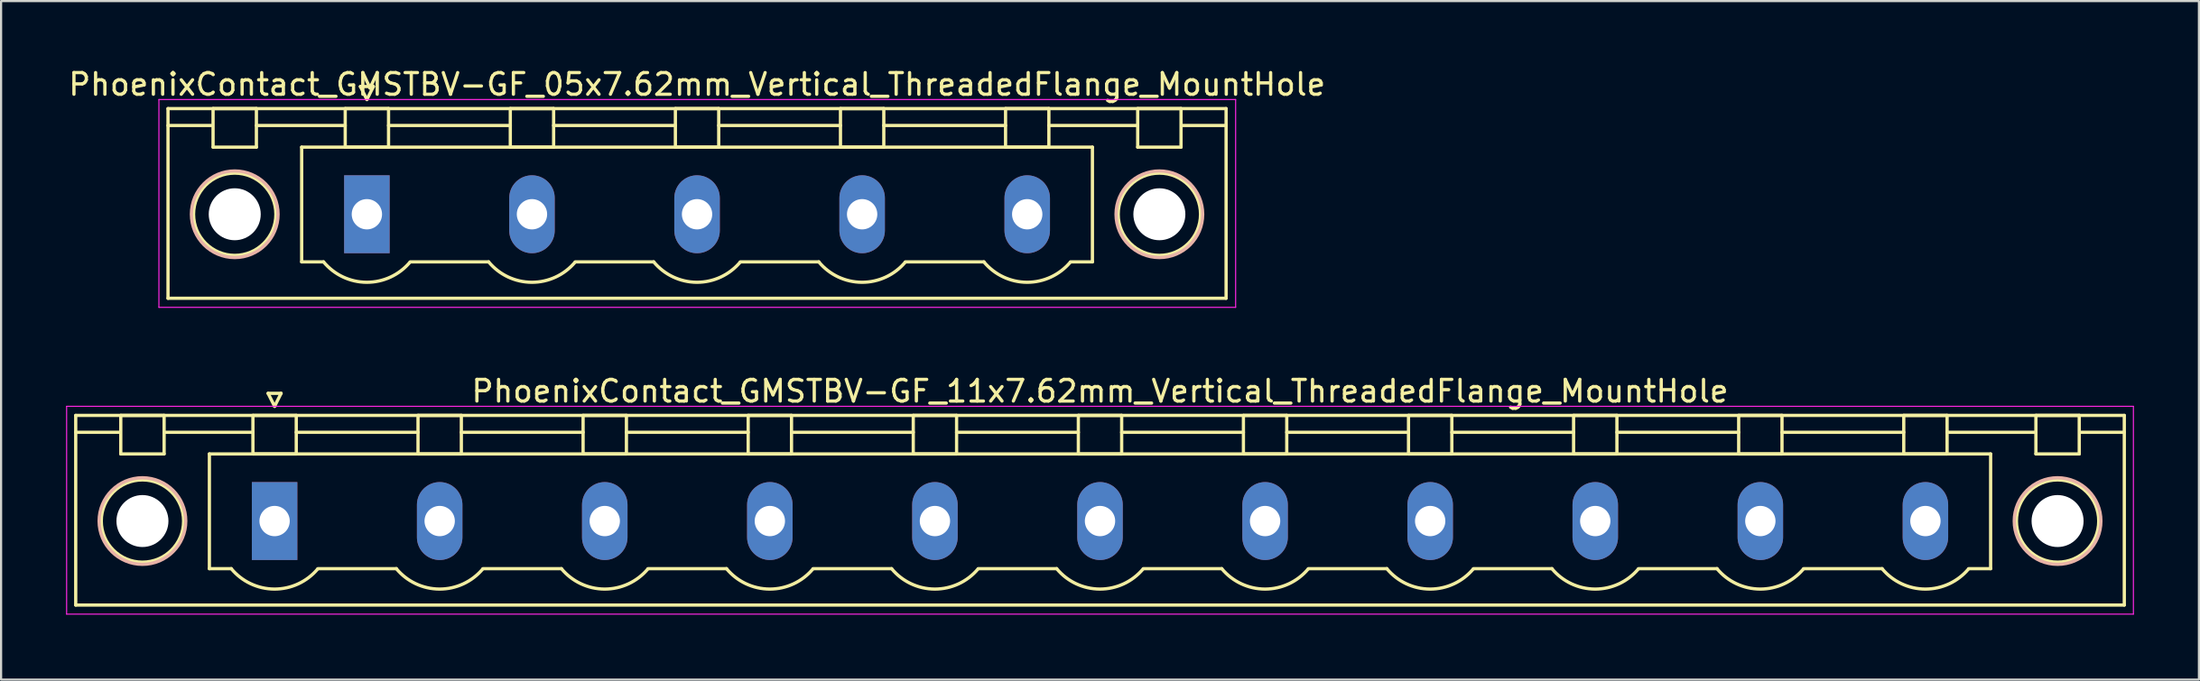
<source format=kicad_pcb>
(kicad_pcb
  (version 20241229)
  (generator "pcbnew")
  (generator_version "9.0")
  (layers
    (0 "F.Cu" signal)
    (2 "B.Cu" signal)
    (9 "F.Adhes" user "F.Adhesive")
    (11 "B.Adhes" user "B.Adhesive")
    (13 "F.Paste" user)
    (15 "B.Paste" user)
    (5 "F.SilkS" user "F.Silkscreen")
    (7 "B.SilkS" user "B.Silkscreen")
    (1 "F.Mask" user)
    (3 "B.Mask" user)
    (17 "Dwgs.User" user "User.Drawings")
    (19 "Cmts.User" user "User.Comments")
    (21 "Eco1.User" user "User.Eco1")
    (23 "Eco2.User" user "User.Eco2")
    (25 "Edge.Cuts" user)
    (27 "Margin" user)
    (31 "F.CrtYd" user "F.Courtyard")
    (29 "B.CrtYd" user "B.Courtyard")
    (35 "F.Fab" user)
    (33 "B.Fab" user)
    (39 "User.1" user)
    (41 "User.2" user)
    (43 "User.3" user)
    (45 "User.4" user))
  (footprint "PhoenixContact_GMSTBV-GF_11x7.62mm_Vertical_ThreadedFlange_MountHole"
    (layer "F.Cu")
    (at 9.625 21.021)
    (property "Reference" "PhoenixContact_GMSTBV-GF_11x7.62mm_Vertical_ThreadedFlange_MountHole" (at 38.1 -6 0) (layer "F.SilkS") (effects (font (size 1 1) (thickness 0.15))))
    (attr through_hole)
    (fp_line (start -9.18 -4.88) (end -9.18 3.88) (stroke (width 0.15) (type solid)) (layer "F.SilkS"))
    (fp_line (start -9.18 -4.1) (end -7.18 -4.1) (stroke (width 0.15) (type solid)) (layer "F.SilkS"))
    (fp_line (start -9.18 3.88) (end 85.38 3.88) (stroke (width 0.15) (type solid)) (layer "F.SilkS"))
    (fp_line (start -7.1 -4.88) (end -5.1 -4.88) (stroke (width 0.15) (type solid)) (layer "F.SilkS"))
    (fp_line (start -7.1 -3.1) (end -7.1 -4.88) (stroke (width 0.15) (type solid)) (layer "F.SilkS"))
    (fp_line (start -5.1 -4.88) (end -5.1 -3.1) (stroke (width 0.15) (type solid)) (layer "F.SilkS"))
    (fp_line (start -5.1 -4.1) (end -1 -4.1) (stroke (width 0.15) (type solid)) (layer "F.SilkS"))
    (fp_line (start -5.1 -3.1) (end -7.1 -3.1) (stroke (width 0.15) (type solid)) (layer "F.SilkS"))
    (fp_line (start -3.01 -3.1) (end 79.21 -3.1) (stroke (width 0.15) (type solid)) (layer "F.SilkS"))
    (fp_line (start -3.01 2.2) (end -3.01 -3.1) (stroke (width 0.15) (type solid)) (layer "F.SilkS"))
    (fp_line (start -2 2.2) (end -3.01 2.2) (stroke (width 0.15) (type solid)) (layer "F.SilkS"))
    (fp_line (start -1 -4.88) (end 1 -4.88) (stroke (width 0.15) (type solid)) (layer "F.SilkS"))
    (fp_line (start -1 -3.1) (end -1 -4.88) (stroke (width 0.15) (type solid)) (layer "F.SilkS"))
    (fp_line (start -0.3 -5.9) (end 0 -5.3) (stroke (width 0.15) (type solid)) (layer "F.SilkS"))
    (fp_line (start 0 -5.3) (end 0.3 -5.9) (stroke (width 0.15) (type solid)) (layer "F.SilkS"))
    (fp_line (start 0.3 -5.9) (end -0.3 -5.9) (stroke (width 0.15) (type solid)) (layer "F.SilkS"))
    (fp_line (start 1 -4.88) (end 1 -3.1) (stroke (width 0.15) (type solid)) (layer "F.SilkS"))
    (fp_line (start 1 -4.1) (end 6.62 -4.1) (stroke (width 0.15) (type solid)) (layer "F.SilkS"))
    (fp_line (start 1 -3.1) (end -1 -3.1) (stroke (width 0.15) (type solid)) (layer "F.SilkS"))
    (fp_line (start 2 2.2) (end 5.62 2.2) (stroke (width 0.15) (type solid)) (layer "F.SilkS"))
    (fp_line (start 6.62 -4.88) (end 8.62 -4.88) (stroke (width 0.15) (type solid)) (layer "F.SilkS"))
    (fp_line (start 6.62 -3.1) (end 6.62 -4.88) (stroke (width 0.15) (type solid)) (layer "F.SilkS"))
    (fp_line (start 8.62 -4.88) (end 8.62 -3.1) (stroke (width 0.15) (type solid)) (layer "F.SilkS"))
    (fp_line (start 8.62 -4.1) (end 14.24 -4.1) (stroke (width 0.15) (type solid)) (layer "F.SilkS"))
    (fp_line (start 8.62 -3.1) (end 6.62 -3.1) (stroke (width 0.15) (type solid)) (layer "F.SilkS"))
    (fp_line (start 9.62 2.2) (end 13.24 2.2) (stroke (width 0.15) (type solid)) (layer "F.SilkS"))
    (fp_line (start 14.24 -4.88) (end 16.24 -4.88) (stroke (width 0.15) (type solid)) (layer "F.SilkS"))
    (fp_line (start 14.24 -3.1) (end 14.24 -4.88) (stroke (width 0.15) (type solid)) (layer "F.SilkS"))
    (fp_line (start 16.24 -4.88) (end 16.24 -3.1) (stroke (width 0.15) (type solid)) (layer "F.SilkS"))
    (fp_line (start 16.24 -4.1) (end 21.86 -4.1) (stroke (width 0.15) (type solid)) (layer "F.SilkS"))
    (fp_line (start 16.24 -3.1) (end 14.24 -3.1) (stroke (width 0.15) (type solid)) (layer "F.SilkS"))
    (fp_line (start 17.24 2.2) (end 20.86 2.2) (stroke (width 0.15) (type solid)) (layer "F.SilkS"))
    (fp_line (start 21.86 -4.88) (end 23.86 -4.88) (stroke (width 0.15) (type solid)) (layer "F.SilkS"))
    (fp_line (start 21.86 -3.1) (end 21.86 -4.88) (stroke (width 0.15) (type solid)) (layer "F.SilkS"))
    (fp_line (start 23.86 -4.88) (end 23.86 -3.1) (stroke (width 0.15) (type solid)) (layer "F.SilkS"))
    (fp_line (start 23.86 -4.1) (end 29.48 -4.1) (stroke (width 0.15) (type solid)) (layer "F.SilkS"))
    (fp_line (start 23.86 -3.1) (end 21.86 -3.1) (stroke (width 0.15) (type solid)) (layer "F.SilkS"))
    (fp_line (start 24.86 2.2) (end 28.48 2.2) (stroke (width 0.15) (type solid)) (layer "F.SilkS"))
    (fp_line (start 29.48 -4.88) (end 31.48 -4.88) (stroke (width 0.15) (type solid)) (layer "F.SilkS"))
    (fp_line (start 29.48 -3.1) (end 29.48 -4.88) (stroke (width 0.15) (type solid)) (layer "F.SilkS"))
    (fp_line (start 31.48 -4.88) (end 31.48 -3.1) (stroke (width 0.15) (type solid)) (layer "F.SilkS"))
    (fp_line (start 31.48 -4.1) (end 37.1 -4.1) (stroke (width 0.15) (type solid)) (layer "F.SilkS"))
    (fp_line (start 31.48 -3.1) (end 29.48 -3.1) (stroke (width 0.15) (type solid)) (layer "F.SilkS"))
    (fp_line (start 32.48 2.2) (end 36.1 2.2) (stroke (width 0.15) (type solid)) (layer "F.SilkS"))
    (fp_line (start 37.1 -4.88) (end 39.1 -4.88) (stroke (width 0.15) (type solid)) (layer "F.SilkS"))
    (fp_line (start 37.1 -3.1) (end 37.1 -4.88) (stroke (width 0.15) (type solid)) (layer "F.SilkS"))
    (fp_line (start 39.1 -4.88) (end 39.1 -3.1) (stroke (width 0.15) (type solid)) (layer "F.SilkS"))
    (fp_line (start 39.1 -4.1) (end 44.72 -4.1) (stroke (width 0.15) (type solid)) (layer "F.SilkS"))
    (fp_line (start 39.1 -3.1) (end 37.1 -3.1) (stroke (width 0.15) (type solid)) (layer "F.SilkS"))
    (fp_line (start 40.1 2.2) (end 43.72 2.2) (stroke (width 0.15) (type solid)) (layer "F.SilkS"))
    (fp_line (start 44.72 -4.88) (end 46.72 -4.88) (stroke (width 0.15) (type solid)) (layer "F.SilkS"))
    (fp_line (start 44.72 -3.1) (end 44.72 -4.88) (stroke (width 0.15) (type solid)) (layer "F.SilkS"))
    (fp_line (start 46.72 -4.88) (end 46.72 -3.1) (stroke (width 0.15) (type solid)) (layer "F.SilkS"))
    (fp_line (start 46.72 -4.1) (end 52.34 -4.1) (stroke (width 0.15) (type solid)) (layer "F.SilkS"))
    (fp_line (start 46.72 -3.1) (end 44.72 -3.1) (stroke (width 0.15) (type solid)) (layer "F.SilkS"))
    (fp_line (start 47.72 2.2) (end 51.34 2.2) (stroke (width 0.15) (type solid)) (layer "F.SilkS"))
    (fp_line (start 52.34 -4.88) (end 54.34 -4.88) (stroke (width 0.15) (type solid)) (layer "F.SilkS"))
    (fp_line (start 52.34 -3.1) (end 52.34 -4.88) (stroke (width 0.15) (type solid)) (layer "F.SilkS"))
    (fp_line (start 54.34 -4.88) (end 54.34 -3.1) (stroke (width 0.15) (type solid)) (layer "F.SilkS"))
    (fp_line (start 54.34 -4.1) (end 59.96 -4.1) (stroke (width 0.15) (type solid)) (layer "F.SilkS"))
    (fp_line (start 54.34 -3.1) (end 52.34 -3.1) (stroke (width 0.15) (type solid)) (layer "F.SilkS"))
    (fp_line (start 55.34 2.2) (end 58.96 2.2) (stroke (width 0.15) (type solid)) (layer "F.SilkS"))
    (fp_line (start 59.96 -4.88) (end 61.96 -4.88) (stroke (width 0.15) (type solid)) (layer "F.SilkS"))
    (fp_line (start 59.96 -3.1) (end 59.96 -4.88) (stroke (width 0.15) (type solid)) (layer "F.SilkS"))
    (fp_line (start 61.96 -4.88) (end 61.96 -3.1) (stroke (width 0.15) (type solid)) (layer "F.SilkS"))
    (fp_line (start 61.96 -4.1) (end 67.58 -4.1) (stroke (width 0.15) (type solid)) (layer "F.SilkS"))
    (fp_line (start 61.96 -3.1) (end 59.96 -3.1) (stroke (width 0.15) (type solid)) (layer "F.SilkS"))
    (fp_line (start 62.96 2.2) (end 66.58 2.2) (stroke (width 0.15) (type solid)) (layer "F.SilkS"))
    (fp_line (start 67.58 -4.88) (end 69.58 -4.88) (stroke (width 0.15) (type solid)) (layer "F.SilkS"))
    (fp_line (start 67.58 -3.1) (end 67.58 -4.88) (stroke (width 0.15) (type solid)) (layer "F.SilkS"))
    (fp_line (start 69.58 -4.88) (end 69.58 -3.1) (stroke (width 0.15) (type solid)) (layer "F.SilkS"))
    (fp_line (start 69.58 -4.1) (end 75.2 -4.1) (stroke (width 0.15) (type solid)) (layer "F.SilkS"))
    (fp_line (start 69.58 -3.1) (end 67.58 -3.1) (stroke (width 0.15) (type solid)) (layer "F.SilkS"))
    (fp_line (start 70.58 2.2) (end 74.2 2.2) (stroke (width 0.15) (type solid)) (layer "F.SilkS"))
    (fp_line (start 75.2 -4.88) (end 77.2 -4.88) (stroke (width 0.15) (type solid)) (layer "F.SilkS"))
    (fp_line (start 75.2 -3.1) (end 75.2 -4.88) (stroke (width 0.15) (type solid)) (layer "F.SilkS"))
    (fp_line (start 77.2 -4.88) (end 77.2 -3.1) (stroke (width 0.15) (type solid)) (layer "F.SilkS"))
    (fp_line (start 77.2 -4.1) (end 81.3 -4.1) (stroke (width 0.15) (type solid)) (layer "F.SilkS"))
    (fp_line (start 77.2 -3.1) (end 75.2 -3.1) (stroke (width 0.15) (type solid)) (layer "F.SilkS"))
    (fp_line (start 79.21 -3.1) (end 79.21 2.2) (stroke (width 0.15) (type solid)) (layer "F.SilkS"))
    (fp_line (start 79.21 2.2) (end 78.2 2.2) (stroke (width 0.15) (type solid)) (layer "F.SilkS"))
    (fp_line (start 81.3 -4.88) (end 83.3 -4.88) (stroke (width 0.15) (type solid)) (layer "F.SilkS"))
    (fp_line (start 81.3 -3.1) (end 81.3 -4.88) (stroke (width 0.15) (type solid)) (layer "F.SilkS"))
    (fp_line (start 83.3 -4.88) (end 83.3 -3.1) (stroke (width 0.15) (type solid)) (layer "F.SilkS"))
    (fp_line (start 83.3 -3.1) (end 81.3 -3.1) (stroke (width 0.15) (type solid)) (layer "F.SilkS"))
    (fp_line (start 85.38 -4.88) (end -9.18 -4.88) (stroke (width 0.15) (type solid)) (layer "F.SilkS"))
    (fp_line (start 85.38 -4.1) (end 83.38 -4.1) (stroke (width 0.15) (type solid)) (layer "F.SilkS"))
    (fp_line (start 85.38 3.88) (end 85.38 -4.88) (stroke (width 0.15) (type solid)) (layer "F.SilkS"))
    (fp_arc (start 1.986842 2.215821) (mid -0.010289 3.142758) (end -2 2.2) (stroke (width 0.15) (type solid)) (layer "F.SilkS"))
    (fp_arc (start 9.606842 2.215821) (mid 7.609711 3.142758) (end 5.62 2.2) (stroke (width 0.15) (type solid)) (layer "F.SilkS"))
    (fp_arc (start 17.226842 2.215821) (mid 15.229711 3.142758) (end 13.24 2.2) (stroke (width 0.15) (type solid)) (layer "F.SilkS"))
    (fp_arc (start 24.846842 2.215821) (mid 22.849711 3.142758) (end 20.86 2.2) (stroke (width 0.15) (type solid)) (layer "F.SilkS"))
    (fp_arc (start 32.466842 2.215821) (mid 30.469711 3.142758) (end 28.48 2.2) (stroke (width 0.15) (type solid)) (layer "F.SilkS"))
    (fp_arc (start 40.086842 2.215821) (mid 38.089711 3.142758) (end 36.1 2.2) (stroke (width 0.15) (type solid)) (layer "F.SilkS"))
    (fp_arc (start 47.706842 2.215821) (mid 45.709711 3.142758) (end 43.72 2.2) (stroke (width 0.15) (type solid)) (layer "F.SilkS"))
    (fp_arc (start 55.326842 2.215821) (mid 53.329711 3.142758) (end 51.34 2.2) (stroke (width 0.15) (type solid)) (layer "F.SilkS"))
    (fp_arc (start 62.946842 2.215821) (mid 60.949711 3.142758) (end 58.96 2.2) (stroke (width 0.15) (type solid)) (layer "F.SilkS"))
    (fp_arc (start 70.566842 2.215821) (mid 68.569711 3.142758) (end 66.58 2.2) (stroke (width 0.15) (type solid)) (layer "F.SilkS"))
    (fp_arc (start 78.186842 2.215821) (mid 76.189711 3.142758) (end 74.2 2.2) (stroke (width 0.15) (type solid)) (layer "F.SilkS"))
    (fp_circle (center -6.1 0) (end -4.2 0) (stroke (width 0.15) (type solid)) (fill no) (layer "F.SilkS"))
    (fp_circle (center 82.3 0) (end 84.2 0) (stroke (width 0.15) (type solid)) (fill no) (layer "F.SilkS"))
    (fp_circle (center -6.1 0) (end -4.1 0) (stroke (width 0.15) (type solid)) (fill no) (layer "B.SilkS"))
    (fp_circle (center 82.3 0) (end 84.3 0) (stroke (width 0.15) (type solid)) (fill no) (layer "B.SilkS"))
    (fp_line (start -9.6 -5.3) (end -9.6 4.3) (stroke (width 0.05) (type solid)) (layer "F.CrtYd"))
    (fp_line (start -9.6 4.3) (end 85.8 4.3) (stroke (width 0.05) (type solid)) (layer "F.CrtYd"))
    (fp_line (start 85.8 -5.3) (end -9.6 -5.3) (stroke (width 0.05) (type solid)) (layer "F.CrtYd"))
    (fp_line (start 85.8 4.3) (end 85.8 -5.3) (stroke (width 0.05) (type solid)) (layer "F.CrtYd"))
    (pad "" np_thru_hole circle (at -6.1 0) (size 2.4 2.4) (drill 2.4) (layers "*.Cu" "*.Mask"))
    (pad "" np_thru_hole circle (at 82.3 0) (size 2.4 2.4) (drill 2.4) (layers "*.Cu" "*.Mask"))
    (pad "1" thru_hole rect (at 0 0) (size 2.1 3.6) (drill 1.4) (layers "*.Cu" "*.Mask"))
    (pad "2" thru_hole oval (at 7.62 0) (size 2.1 3.6) (drill 1.4) (layers "*.Cu" "*.Mask"))
    (pad "3" thru_hole oval (at 15.24 0) (size 2.1 3.6) (drill 1.4) (layers "*.Cu" "*.Mask"))
    (pad "4" thru_hole oval (at 22.86 0) (size 2.1 3.6) (drill 1.4) (layers "*.Cu" "*.Mask"))
    (pad "5" thru_hole oval (at 30.48 0) (size 2.1 3.6) (drill 1.4) (layers "*.Cu" "*.Mask"))
    (pad "6" thru_hole oval (at 38.1 0) (size 2.1 3.6) (drill 1.4) (layers "*.Cu" "*.Mask"))
    (pad "7" thru_hole oval (at 45.72 0) (size 2.1 3.6) (drill 1.4) (layers "*.Cu" "*.Mask"))
    (pad "8" thru_hole oval (at 53.34 0) (size 2.1 3.6) (drill 1.4) (layers "*.Cu" "*.Mask"))
    (pad "9" thru_hole oval (at 60.96 0) (size 2.1 3.6) (drill 1.4) (layers "*.Cu" "*.Mask"))
    (pad "10" thru_hole oval (at 68.58 0) (size 2.1 3.6) (drill 1.4) (layers "*.Cu" "*.Mask"))
    (pad "11" thru_hole oval (at 76.2 0) (size 2.1 3.6) (drill 1.4) (layers "*.Cu" "*.Mask")))
  (footprint "PhoenixContact_GMSTBV-GF_05x7.62mm_Vertical_ThreadedFlange_MountHole"
    (layer "F.Cu")
    (at 13.885 6.848)
    (property "Reference" "PhoenixContact_GMSTBV-GF_05x7.62mm_Vertical_ThreadedFlange_MountHole" (at 15.24 -6 0) (layer "F.SilkS") (effects (font (size 1 1) (thickness 0.15))))
    (attr through_hole)
    (fp_line (start -9.18 -4.88) (end -9.18 3.88) (stroke (width 0.15) (type solid)) (layer "F.SilkS"))
    (fp_line (start -9.18 -4.1) (end -7.18 -4.1) (stroke (width 0.15) (type solid)) (layer "F.SilkS"))
    (fp_line (start -9.18 3.88) (end 39.66 3.88) (stroke (width 0.15) (type solid)) (layer "F.SilkS"))
    (fp_line (start -7.1 -4.88) (end -5.1 -4.88) (stroke (width 0.15) (type solid)) (layer "F.SilkS"))
    (fp_line (start -7.1 -3.1) (end -7.1 -4.88) (stroke (width 0.15) (type solid)) (layer "F.SilkS"))
    (fp_line (start -5.1 -4.88) (end -5.1 -3.1) (stroke (width 0.15) (type solid)) (layer "F.SilkS"))
    (fp_line (start -5.1 -4.1) (end -1 -4.1) (stroke (width 0.15) (type solid)) (layer "F.SilkS"))
    (fp_line (start -5.1 -3.1) (end -7.1 -3.1) (stroke (width 0.15) (type solid)) (layer "F.SilkS"))
    (fp_line (start -3.01 -3.1) (end 33.49 -3.1) (stroke (width 0.15) (type solid)) (layer "F.SilkS"))
    (fp_line (start -3.01 2.2) (end -3.01 -3.1) (stroke (width 0.15) (type solid)) (layer "F.SilkS"))
    (fp_line (start -2 2.2) (end -3.01 2.2) (stroke (width 0.15) (type solid)) (layer "F.SilkS"))
    (fp_line (start -1 -4.88) (end 1 -4.88) (stroke (width 0.15) (type solid)) (layer "F.SilkS"))
    (fp_line (start -1 -3.1) (end -1 -4.88) (stroke (width 0.15) (type solid)) (layer "F.SilkS"))
    (fp_line (start -0.3 -5.9) (end 0 -5.3) (stroke (width 0.15) (type solid)) (layer "F.SilkS"))
    (fp_line (start 0 -5.3) (end 0.3 -5.9) (stroke (width 0.15) (type solid)) (layer "F.SilkS"))
    (fp_line (start 0.3 -5.9) (end -0.3 -5.9) (stroke (width 0.15) (type solid)) (layer "F.SilkS"))
    (fp_line (start 1 -4.88) (end 1 -3.1) (stroke (width 0.15) (type solid)) (layer "F.SilkS"))
    (fp_line (start 1 -4.1) (end 6.62 -4.1) (stroke (width 0.15) (type solid)) (layer "F.SilkS"))
    (fp_line (start 1 -3.1) (end -1 -3.1) (stroke (width 0.15) (type solid)) (layer "F.SilkS"))
    (fp_line (start 2 2.2) (end 5.62 2.2) (stroke (width 0.15) (type solid)) (layer "F.SilkS"))
    (fp_line (start 6.62 -4.88) (end 8.62 -4.88) (stroke (width 0.15) (type solid)) (layer "F.SilkS"))
    (fp_line (start 6.62 -3.1) (end 6.62 -4.88) (stroke (width 0.15) (type solid)) (layer "F.SilkS"))
    (fp_line (start 8.62 -4.88) (end 8.62 -3.1) (stroke (width 0.15) (type solid)) (layer "F.SilkS"))
    (fp_line (start 8.62 -4.1) (end 14.24 -4.1) (stroke (width 0.15) (type solid)) (layer "F.SilkS"))
    (fp_line (start 8.62 -3.1) (end 6.62 -3.1) (stroke (width 0.15) (type solid)) (layer "F.SilkS"))
    (fp_line (start 9.62 2.2) (end 13.24 2.2) (stroke (width 0.15) (type solid)) (layer "F.SilkS"))
    (fp_line (start 14.24 -4.88) (end 16.24 -4.88) (stroke (width 0.15) (type solid)) (layer "F.SilkS"))
    (fp_line (start 14.24 -3.1) (end 14.24 -4.88) (stroke (width 0.15) (type solid)) (layer "F.SilkS"))
    (fp_line (start 16.24 -4.88) (end 16.24 -3.1) (stroke (width 0.15) (type solid)) (layer "F.SilkS"))
    (fp_line (start 16.24 -4.1) (end 21.86 -4.1) (stroke (width 0.15) (type solid)) (layer "F.SilkS"))
    (fp_line (start 16.24 -3.1) (end 14.24 -3.1) (stroke (width 0.15) (type solid)) (layer "F.SilkS"))
    (fp_line (start 17.24 2.2) (end 20.86 2.2) (stroke (width 0.15) (type solid)) (layer "F.SilkS"))
    (fp_line (start 21.86 -4.88) (end 23.86 -4.88) (stroke (width 0.15) (type solid)) (layer "F.SilkS"))
    (fp_line (start 21.86 -3.1) (end 21.86 -4.88) (stroke (width 0.15) (type solid)) (layer "F.SilkS"))
    (fp_line (start 23.86 -4.88) (end 23.86 -3.1) (stroke (width 0.15) (type solid)) (layer "F.SilkS"))
    (fp_line (start 23.86 -4.1) (end 29.48 -4.1) (stroke (width 0.15) (type solid)) (layer "F.SilkS"))
    (fp_line (start 23.86 -3.1) (end 21.86 -3.1) (stroke (width 0.15) (type solid)) (layer "F.SilkS"))
    (fp_line (start 24.86 2.2) (end 28.48 2.2) (stroke (width 0.15) (type solid)) (layer "F.SilkS"))
    (fp_line (start 29.48 -4.88) (end 31.48 -4.88) (stroke (width 0.15) (type solid)) (layer "F.SilkS"))
    (fp_line (start 29.48 -3.1) (end 29.48 -4.88) (stroke (width 0.15) (type solid)) (layer "F.SilkS"))
    (fp_line (start 31.48 -4.88) (end 31.48 -3.1) (stroke (width 0.15) (type solid)) (layer "F.SilkS"))
    (fp_line (start 31.48 -4.1) (end 35.58 -4.1) (stroke (width 0.15) (type solid)) (layer "F.SilkS"))
    (fp_line (start 31.48 -3.1) (end 29.48 -3.1) (stroke (width 0.15) (type solid)) (layer "F.SilkS"))
    (fp_line (start 33.49 -3.1) (end 33.49 2.2) (stroke (width 0.15) (type solid)) (layer "F.SilkS"))
    (fp_line (start 33.49 2.2) (end 32.48 2.2) (stroke (width 0.15) (type solid)) (layer "F.SilkS"))
    (fp_line (start 35.58 -4.88) (end 37.58 -4.88) (stroke (width 0.15) (type solid)) (layer "F.SilkS"))
    (fp_line (start 35.58 -3.1) (end 35.58 -4.88) (stroke (width 0.15) (type solid)) (layer "F.SilkS"))
    (fp_line (start 37.58 -4.88) (end 37.58 -3.1) (stroke (width 0.15) (type solid)) (layer "F.SilkS"))
    (fp_line (start 37.58 -3.1) (end 35.58 -3.1) (stroke (width 0.15) (type solid)) (layer "F.SilkS"))
    (fp_line (start 39.66 -4.88) (end -9.18 -4.88) (stroke (width 0.15) (type solid)) (layer "F.SilkS"))
    (fp_line (start 39.66 -4.1) (end 37.66 -4.1) (stroke (width 0.15) (type solid)) (layer "F.SilkS"))
    (fp_line (start 39.66 3.88) (end 39.66 -4.88) (stroke (width 0.15) (type solid)) (layer "F.SilkS"))
    (fp_arc (start 1.986842 2.215821) (mid -0.010289 3.142758) (end -2 2.2) (stroke (width 0.15) (type solid)) (layer "F.SilkS"))
    (fp_arc (start 9.606842 2.215821) (mid 7.609711 3.142758) (end 5.62 2.2) (stroke (width 0.15) (type solid)) (layer "F.SilkS"))
    (fp_arc (start 17.226842 2.215821) (mid 15.229711 3.142758) (end 13.24 2.2) (stroke (width 0.15) (type solid)) (layer "F.SilkS"))
    (fp_arc (start 24.846842 2.215821) (mid 22.849711 3.142758) (end 20.86 2.2) (stroke (width 0.15) (type solid)) (layer "F.SilkS"))
    (fp_arc (start 32.466842 2.215821) (mid 30.469711 3.142758) (end 28.48 2.2) (stroke (width 0.15) (type solid)) (layer "F.SilkS"))
    (fp_circle (center -6.1 0) (end -4.2 0) (stroke (width 0.15) (type solid)) (fill no) (layer "F.SilkS"))
    (fp_circle (center 36.58 0) (end 38.48 0) (stroke (width 0.15) (type solid)) (fill no) (layer "F.SilkS"))
    (fp_circle (center -6.1 0) (end -4.1 0) (stroke (width 0.15) (type solid)) (fill no) (layer "B.SilkS"))
    (fp_circle (center 36.58 0) (end 38.58 0) (stroke (width 0.15) (type solid)) (fill no) (layer "B.SilkS"))
    (fp_line (start -9.6 -5.3) (end -9.6 4.3) (stroke (width 0.05) (type solid)) (layer "F.CrtYd"))
    (fp_line (start -9.6 4.3) (end 40.1 4.3) (stroke (width 0.05) (type solid)) (layer "F.CrtYd"))
    (fp_line (start 40.1 -5.3) (end -9.6 -5.3) (stroke (width 0.05) (type solid)) (layer "F.CrtYd"))
    (fp_line (start 40.1 4.3) (end 40.1 -5.3) (stroke (width 0.05) (type solid)) (layer "F.CrtYd"))
    (pad "" np_thru_hole circle (at -6.1 0) (size 2.4 2.4) (drill 2.4) (layers "*.Cu" "*.Mask"))
    (pad "" np_thru_hole circle (at 36.58 0) (size 2.4 2.4) (drill 2.4) (layers "*.Cu" "*.Mask"))
    (pad "1" thru_hole rect (at 0 0) (size 2.1 3.6) (drill 1.4) (layers "*.Cu" "*.Mask"))
    (pad "2" thru_hole oval (at 7.62 0) (size 2.1 3.6) (drill 1.4) (layers "*.Cu" "*.Mask"))
    (pad "3" thru_hole oval (at 15.24 0) (size 2.1 3.6) (drill 1.4) (layers "*.Cu" "*.Mask"))
    (pad "4" thru_hole oval (at 22.86 0) (size 2.1 3.6) (drill 1.4) (layers "*.Cu" "*.Mask"))
    (pad "5" thru_hole oval (at 30.48 0) (size 2.1 3.6) (drill 1.4) (layers "*.Cu" "*.Mask")))
  (gr_rect
    (start -3 -3)
    (end 98.45 28.346)
    (stroke (width 0.1) (type default))
    (fill no)
    (layer "Edge.Cuts")))
</source>
